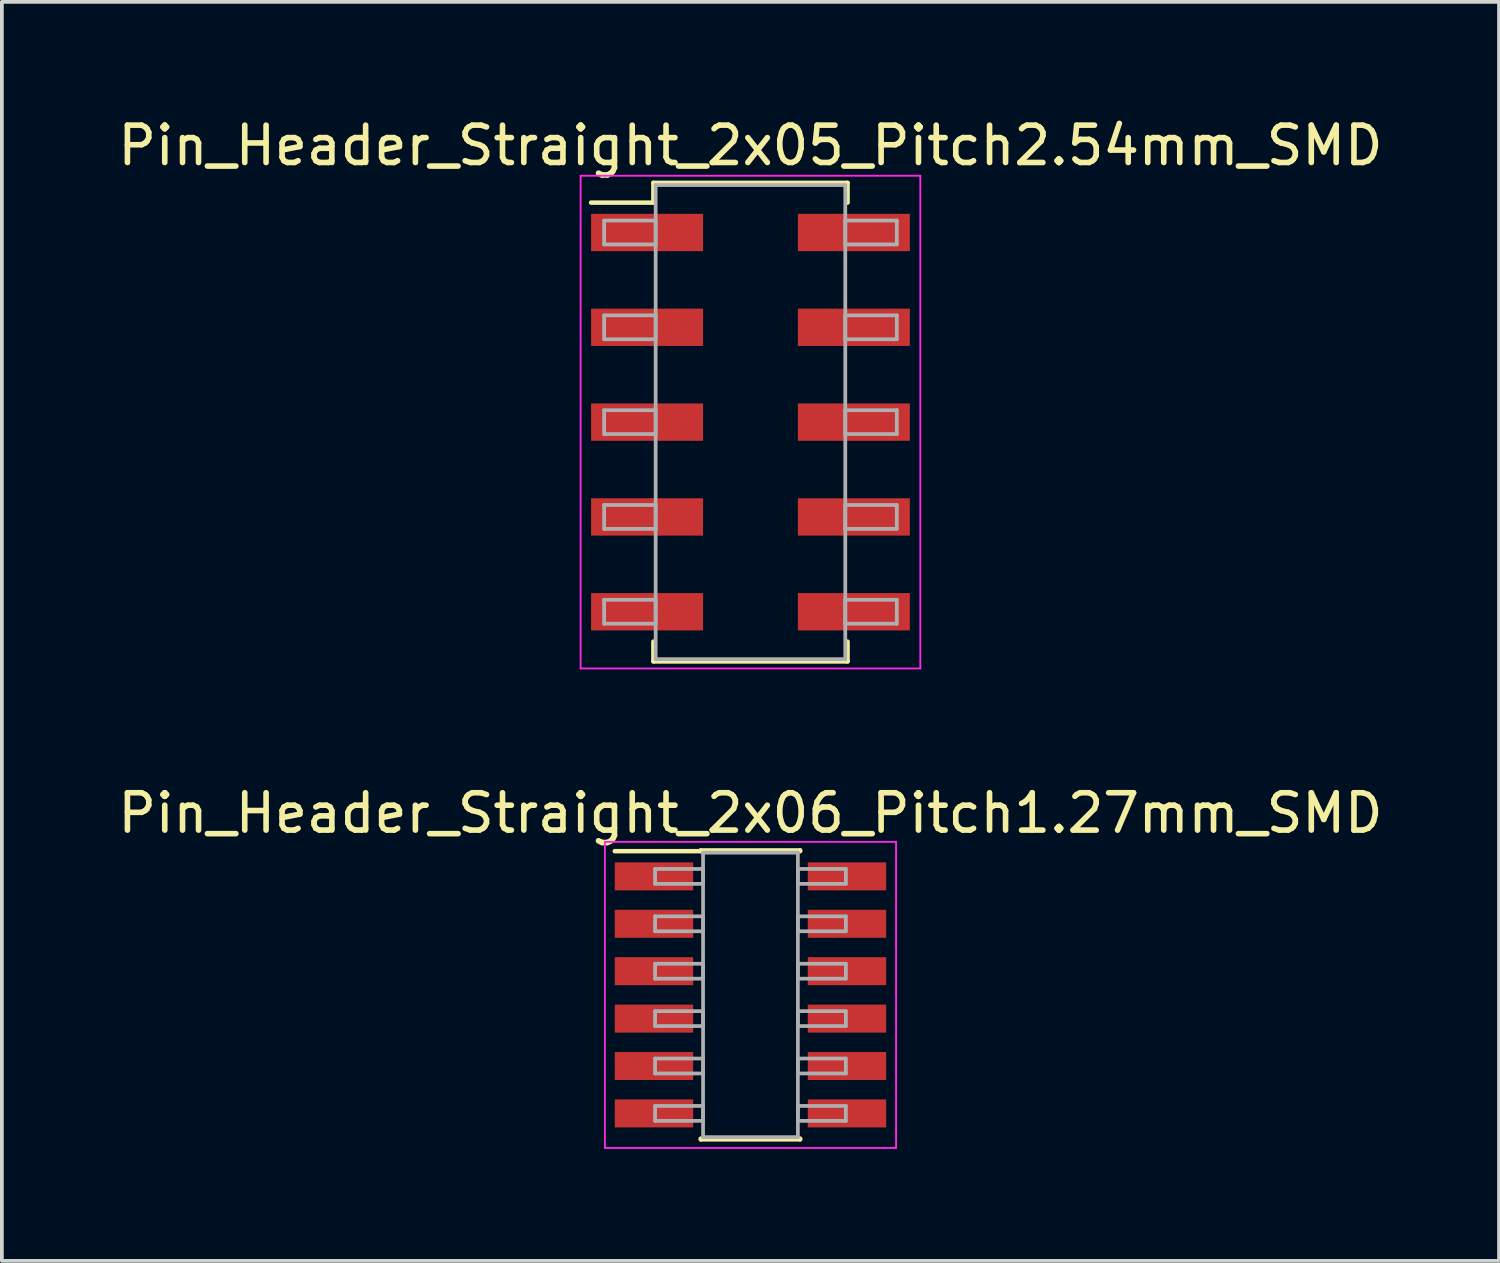
<source format=kicad_pcb>
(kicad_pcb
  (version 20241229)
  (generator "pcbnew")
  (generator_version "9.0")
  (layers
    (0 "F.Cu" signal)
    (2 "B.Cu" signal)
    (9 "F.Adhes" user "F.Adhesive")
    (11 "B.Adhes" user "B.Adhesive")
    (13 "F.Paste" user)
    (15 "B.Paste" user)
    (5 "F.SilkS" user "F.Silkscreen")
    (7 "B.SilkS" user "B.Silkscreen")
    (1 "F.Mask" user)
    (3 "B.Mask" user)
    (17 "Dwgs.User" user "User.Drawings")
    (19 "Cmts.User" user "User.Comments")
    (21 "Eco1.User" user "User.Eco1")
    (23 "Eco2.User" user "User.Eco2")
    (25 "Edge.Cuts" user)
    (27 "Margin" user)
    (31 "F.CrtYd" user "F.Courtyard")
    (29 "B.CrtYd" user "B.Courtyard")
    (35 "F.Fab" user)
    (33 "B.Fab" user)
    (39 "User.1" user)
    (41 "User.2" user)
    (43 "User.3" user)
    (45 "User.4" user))
  (footprint "Pin_Header_Straight_2x06_Pitch1.27mm_SMD"
    (layer "F.Cu")
    (at 17.054 23.602)
    (property "Reference" "Pin_Header_Straight_2x06_Pitch1.27mm_SMD" (at 0 -4.87 0) (layer "F.SilkS") (effects (font (size 1 1) (thickness 0.15))))
    (attr smd)
    (fp_line (start -3.635 -3.85) (end -1.33 -3.85) (stroke (width 0.12) (type solid)) (layer "F.SilkS"))
    (fp_line (start -1.33 -3.87) (end 1.33 -3.87) (stroke (width 0.12) (type solid)) (layer "F.SilkS"))
    (fp_line (start -1.33 -3.85) (end -1.33 -3.87) (stroke (width 0.12) (type solid)) (layer "F.SilkS"))
    (fp_line (start -1.33 3.85) (end -1.33 3.87) (stroke (width 0.12) (type solid)) (layer "F.SilkS"))
    (fp_line (start -1.33 3.87) (end 1.33 3.87) (stroke (width 0.12) (type solid)) (layer "F.SilkS"))
    (fp_line (start 1.33 -3.87) (end 1.33 -3.85) (stroke (width 0.12) (type solid)) (layer "F.SilkS"))
    (fp_line (start 1.33 3.87) (end 1.33 3.85) (stroke (width 0.12) (type solid)) (layer "F.SilkS"))
    (fp_line (start -3.9 -4.1) (end -3.9 4.1) (stroke (width 0.05) (type solid)) (layer "F.CrtYd"))
    (fp_line (start -3.9 4.1) (end 3.9 4.1) (stroke (width 0.05) (type solid)) (layer "F.CrtYd"))
    (fp_line (start 3.9 -4.1) (end -3.9 -4.1) (stroke (width 0.05) (type solid)) (layer "F.CrtYd"))
    (fp_line (start 3.9 4.1) (end 3.9 -4.1) (stroke (width 0.05) (type solid)) (layer "F.CrtYd"))
    (fp_line (start -2.555 -3.375) (end -1.27 -3.375) (stroke (width 0.1) (type solid)) (layer "F.Fab"))
    (fp_line (start -2.555 -2.975) (end -2.555 -3.375) (stroke (width 0.1) (type solid)) (layer "F.Fab"))
    (fp_line (start -2.555 -2.105) (end -1.27 -2.105) (stroke (width 0.1) (type solid)) (layer "F.Fab"))
    (fp_line (start -2.555 -1.705) (end -2.555 -2.105) (stroke (width 0.1) (type solid)) (layer "F.Fab"))
    (fp_line (start -2.555 -0.835) (end -1.27 -0.835) (stroke (width 0.1) (type solid)) (layer "F.Fab"))
    (fp_line (start -2.555 -0.435) (end -2.555 -0.835) (stroke (width 0.1) (type solid)) (layer "F.Fab"))
    (fp_line (start -2.555 0.435) (end -1.27 0.435) (stroke (width 0.1) (type solid)) (layer "F.Fab"))
    (fp_line (start -2.555 0.835) (end -2.555 0.435) (stroke (width 0.1) (type solid)) (layer "F.Fab"))
    (fp_line (start -2.555 1.705) (end -1.27 1.705) (stroke (width 0.1) (type solid)) (layer "F.Fab"))
    (fp_line (start -2.555 2.105) (end -2.555 1.705) (stroke (width 0.1) (type solid)) (layer "F.Fab"))
    (fp_line (start -2.555 2.975) (end -1.27 2.975) (stroke (width 0.1) (type solid)) (layer "F.Fab"))
    (fp_line (start -2.555 3.375) (end -2.555 2.975) (stroke (width 0.1) (type solid)) (layer "F.Fab"))
    (fp_line (start -1.27 -3.81) (end -1.27 3.81) (stroke (width 0.1) (type solid)) (layer "F.Fab"))
    (fp_line (start -1.27 -3.375) (end -1.27 -2.975) (stroke (width 0.1) (type solid)) (layer "F.Fab"))
    (fp_line (start -1.27 -2.975) (end -2.555 -2.975) (stroke (width 0.1) (type solid)) (layer "F.Fab"))
    (fp_line (start -1.27 -2.105) (end -1.27 -1.705) (stroke (width 0.1) (type solid)) (layer "F.Fab"))
    (fp_line (start -1.27 -1.705) (end -2.555 -1.705) (stroke (width 0.1) (type solid)) (layer "F.Fab"))
    (fp_line (start -1.27 -0.835) (end -1.27 -0.435) (stroke (width 0.1) (type solid)) (layer "F.Fab"))
    (fp_line (start -1.27 -0.435) (end -2.555 -0.435) (stroke (width 0.1) (type solid)) (layer "F.Fab"))
    (fp_line (start -1.27 0.435) (end -1.27 0.835) (stroke (width 0.1) (type solid)) (layer "F.Fab"))
    (fp_line (start -1.27 0.835) (end -2.555 0.835) (stroke (width 0.1) (type solid)) (layer "F.Fab"))
    (fp_line (start -1.27 1.705) (end -1.27 2.105) (stroke (width 0.1) (type solid)) (layer "F.Fab"))
    (fp_line (start -1.27 2.105) (end -2.555 2.105) (stroke (width 0.1) (type solid)) (layer "F.Fab"))
    (fp_line (start -1.27 2.975) (end -1.27 3.375) (stroke (width 0.1) (type solid)) (layer "F.Fab"))
    (fp_line (start -1.27 3.375) (end -2.555 3.375) (stroke (width 0.1) (type solid)) (layer "F.Fab"))
    (fp_line (start -1.27 3.81) (end 1.27 3.81) (stroke (width 0.1) (type solid)) (layer "F.Fab"))
    (fp_line (start 1.27 -3.81) (end -1.27 -3.81) (stroke (width 0.1) (type solid)) (layer "F.Fab"))
    (fp_line (start 1.27 -3.375) (end 1.27 -2.975) (stroke (width 0.1) (type solid)) (layer "F.Fab"))
    (fp_line (start 1.27 -2.975) (end 2.555 -2.975) (stroke (width 0.1) (type solid)) (layer "F.Fab"))
    (fp_line (start 1.27 -2.105) (end 1.27 -1.705) (stroke (width 0.1) (type solid)) (layer "F.Fab"))
    (fp_line (start 1.27 -1.705) (end 2.555 -1.705) (stroke (width 0.1) (type solid)) (layer "F.Fab"))
    (fp_line (start 1.27 -0.835) (end 1.27 -0.435) (stroke (width 0.1) (type solid)) (layer "F.Fab"))
    (fp_line (start 1.27 -0.435) (end 2.555 -0.435) (stroke (width 0.1) (type solid)) (layer "F.Fab"))
    (fp_line (start 1.27 0.435) (end 1.27 0.835) (stroke (width 0.1) (type solid)) (layer "F.Fab"))
    (fp_line (start 1.27 0.835) (end 2.555 0.835) (stroke (width 0.1) (type solid)) (layer "F.Fab"))
    (fp_line (start 1.27 1.705) (end 1.27 2.105) (stroke (width 0.1) (type solid)) (layer "F.Fab"))
    (fp_line (start 1.27 2.105) (end 2.555 2.105) (stroke (width 0.1) (type solid)) (layer "F.Fab"))
    (fp_line (start 1.27 2.975) (end 1.27 3.375) (stroke (width 0.1) (type solid)) (layer "F.Fab"))
    (fp_line (start 1.27 3.375) (end 2.555 3.375) (stroke (width 0.1) (type solid)) (layer "F.Fab"))
    (fp_line (start 1.27 3.81) (end 1.27 -3.81) (stroke (width 0.1) (type solid)) (layer "F.Fab"))
    (fp_line (start 2.555 -3.375) (end 1.27 -3.375) (stroke (width 0.1) (type solid)) (layer "F.Fab"))
    (fp_line (start 2.555 -2.975) (end 2.555 -3.375) (stroke (width 0.1) (type solid)) (layer "F.Fab"))
    (fp_line (start 2.555 -2.105) (end 1.27 -2.105) (stroke (width 0.1) (type solid)) (layer "F.Fab"))
    (fp_line (start 2.555 -1.705) (end 2.555 -2.105) (stroke (width 0.1) (type solid)) (layer "F.Fab"))
    (fp_line (start 2.555 -0.835) (end 1.27 -0.835) (stroke (width 0.1) (type solid)) (layer "F.Fab"))
    (fp_line (start 2.555 -0.435) (end 2.555 -0.835) (stroke (width 0.1) (type solid)) (layer "F.Fab"))
    (fp_line (start 2.555 0.435) (end 1.27 0.435) (stroke (width 0.1) (type solid)) (layer "F.Fab"))
    (fp_line (start 2.555 0.835) (end 2.555 0.435) (stroke (width 0.1) (type solid)) (layer "F.Fab"))
    (fp_line (start 2.555 1.705) (end 1.27 1.705) (stroke (width 0.1) (type solid)) (layer "F.Fab"))
    (fp_line (start 2.555 2.105) (end 2.555 1.705) (stroke (width 0.1) (type solid)) (layer "F.Fab"))
    (fp_line (start 2.555 2.975) (end 1.27 2.975) (stroke (width 0.1) (type solid)) (layer "F.Fab"))
    (fp_line (start 2.555 3.375) (end 2.555 2.975) (stroke (width 0.1) (type solid)) (layer "F.Fab"))
    (pad "1" smd rect (at -2.585 -3.175) (size 2.1 0.75) (layers "F.Cu" "F.Mask"))
    (pad "2" smd rect (at 2.585 -3.175) (size 2.1 0.75) (layers "F.Cu" "F.Mask"))
    (pad "3" smd rect (at -2.585 -1.905) (size 2.1 0.75) (layers "F.Cu" "F.Mask"))
    (pad "4" smd rect (at 2.585 -1.905) (size 2.1 0.75) (layers "F.Cu" "F.Mask"))
    (pad "5" smd rect (at -2.585 -0.635) (size 2.1 0.75) (layers "F.Cu" "F.Mask"))
    (pad "6" smd rect (at 2.585 -0.635) (size 2.1 0.75) (layers "F.Cu" "F.Mask"))
    (pad "7" smd rect (at -2.585 0.635) (size 2.1 0.75) (layers "F.Cu" "F.Mask"))
    (pad "8" smd rect (at 2.585 0.635) (size 2.1 0.75) (layers "F.Cu" "F.Mask"))
    (pad "9" smd rect (at -2.585 1.905) (size 2.1 0.75) (layers "F.Cu" "F.Mask"))
    (pad "10" smd rect (at 2.585 1.905) (size 2.1 0.75) (layers "F.Cu" "F.Mask"))
    (pad "11" smd rect (at -2.585 3.175) (size 2.1 0.75) (layers "F.Cu" "F.Mask"))
    (pad "12" smd rect (at 2.585 3.175) (size 2.1 0.75) (layers "F.Cu" "F.Mask")))
  (footprint "Pin_Header_Straight_2x05_Pitch2.54mm_SMD"
    (layer "F.Cu")
    (at 17.054 8.258)
    (property "Reference" "Pin_Header_Straight_2x05_Pitch2.54mm_SMD" (at 0 -7.41 0) (layer "F.SilkS") (effects (font (size 1 1) (thickness 0.15))))
    (attr smd)
    (fp_line (start -4.27 -5.88) (end -2.6 -5.88) (stroke (width 0.12) (type solid)) (layer "F.SilkS"))
    (fp_line (start -2.6 -6.41) (end 2.6 -6.41) (stroke (width 0.12) (type solid)) (layer "F.SilkS"))
    (fp_line (start -2.6 -5.88) (end -2.6 -6.41) (stroke (width 0.12) (type solid)) (layer "F.SilkS"))
    (fp_line (start -2.6 5.88) (end -2.6 6.41) (stroke (width 0.12) (type solid)) (layer "F.SilkS"))
    (fp_line (start -2.6 6.41) (end 2.6 6.41) (stroke (width 0.12) (type solid)) (layer "F.SilkS"))
    (fp_line (start 2.6 -6.41) (end 2.6 -5.88) (stroke (width 0.12) (type solid)) (layer "F.SilkS"))
    (fp_line (start 2.6 6.41) (end 2.6 5.88) (stroke (width 0.12) (type solid)) (layer "F.SilkS"))
    (fp_line (start -4.55 -6.6) (end -4.55 6.6) (stroke (width 0.05) (type solid)) (layer "F.CrtYd"))
    (fp_line (start -4.55 6.6) (end 4.55 6.6) (stroke (width 0.05) (type solid)) (layer "F.CrtYd"))
    (fp_line (start 4.55 -6.6) (end -4.55 -6.6) (stroke (width 0.05) (type solid)) (layer "F.CrtYd"))
    (fp_line (start 4.55 6.6) (end 4.55 -6.6) (stroke (width 0.05) (type solid)) (layer "F.CrtYd"))
    (fp_line (start -3.92 -5.4) (end -2.54 -5.4) (stroke (width 0.1) (type solid)) (layer "F.Fab"))
    (fp_line (start -3.92 -4.76) (end -3.92 -5.4) (stroke (width 0.1) (type solid)) (layer "F.Fab"))
    (fp_line (start -3.92 -2.86) (end -2.54 -2.86) (stroke (width 0.1) (type solid)) (layer "F.Fab"))
    (fp_line (start -3.92 -2.22) (end -3.92 -2.86) (stroke (width 0.1) (type solid)) (layer "F.Fab"))
    (fp_line (start -3.92 -0.32) (end -2.54 -0.32) (stroke (width 0.1) (type solid)) (layer "F.Fab"))
    (fp_line (start -3.92 0.32) (end -3.92 -0.32) (stroke (width 0.1) (type solid)) (layer "F.Fab"))
    (fp_line (start -3.92 2.22) (end -2.54 2.22) (stroke (width 0.1) (type solid)) (layer "F.Fab"))
    (fp_line (start -3.92 2.86) (end -3.92 2.22) (stroke (width 0.1) (type solid)) (layer "F.Fab"))
    (fp_line (start -3.92 4.76) (end -2.54 4.76) (stroke (width 0.1) (type solid)) (layer "F.Fab"))
    (fp_line (start -3.92 5.4) (end -3.92 4.76) (stroke (width 0.1) (type solid)) (layer "F.Fab"))
    (fp_line (start -2.54 -6.35) (end -2.54 6.35) (stroke (width 0.1) (type solid)) (layer "F.Fab"))
    (fp_line (start -2.54 -5.4) (end -2.54 -4.76) (stroke (width 0.1) (type solid)) (layer "F.Fab"))
    (fp_line (start -2.54 -4.76) (end -3.92 -4.76) (stroke (width 0.1) (type solid)) (layer "F.Fab"))
    (fp_line (start -2.54 -2.86) (end -2.54 -2.22) (stroke (width 0.1) (type solid)) (layer "F.Fab"))
    (fp_line (start -2.54 -2.22) (end -3.92 -2.22) (stroke (width 0.1) (type solid)) (layer "F.Fab"))
    (fp_line (start -2.54 -0.32) (end -2.54 0.32) (stroke (width 0.1) (type solid)) (layer "F.Fab"))
    (fp_line (start -2.54 0.32) (end -3.92 0.32) (stroke (width 0.1) (type solid)) (layer "F.Fab"))
    (fp_line (start -2.54 2.22) (end -2.54 2.86) (stroke (width 0.1) (type solid)) (layer "F.Fab"))
    (fp_line (start -2.54 2.86) (end -3.92 2.86) (stroke (width 0.1) (type solid)) (layer "F.Fab"))
    (fp_line (start -2.54 4.76) (end -2.54 5.4) (stroke (width 0.1) (type solid)) (layer "F.Fab"))
    (fp_line (start -2.54 5.4) (end -3.92 5.4) (stroke (width 0.1) (type solid)) (layer "F.Fab"))
    (fp_line (start -2.54 6.35) (end 2.54 6.35) (stroke (width 0.1) (type solid)) (layer "F.Fab"))
    (fp_line (start 2.54 -6.35) (end -2.54 -6.35) (stroke (width 0.1) (type solid)) (layer "F.Fab"))
    (fp_line (start 2.54 -5.4) (end 2.54 -4.76) (stroke (width 0.1) (type solid)) (layer "F.Fab"))
    (fp_line (start 2.54 -4.76) (end 3.92 -4.76) (stroke (width 0.1) (type solid)) (layer "F.Fab"))
    (fp_line (start 2.54 -2.86) (end 2.54 -2.22) (stroke (width 0.1) (type solid)) (layer "F.Fab"))
    (fp_line (start 2.54 -2.22) (end 3.92 -2.22) (stroke (width 0.1) (type solid)) (layer "F.Fab"))
    (fp_line (start 2.54 -0.32) (end 2.54 0.32) (stroke (width 0.1) (type solid)) (layer "F.Fab"))
    (fp_line (start 2.54 0.32) (end 3.92 0.32) (stroke (width 0.1) (type solid)) (layer "F.Fab"))
    (fp_line (start 2.54 2.22) (end 2.54 2.86) (stroke (width 0.1) (type solid)) (layer "F.Fab"))
    (fp_line (start 2.54 2.86) (end 3.92 2.86) (stroke (width 0.1) (type solid)) (layer "F.Fab"))
    (fp_line (start 2.54 4.76) (end 2.54 5.4) (stroke (width 0.1) (type solid)) (layer "F.Fab"))
    (fp_line (start 2.54 5.4) (end 3.92 5.4) (stroke (width 0.1) (type solid)) (layer "F.Fab"))
    (fp_line (start 2.54 6.35) (end 2.54 -6.35) (stroke (width 0.1) (type solid)) (layer "F.Fab"))
    (fp_line (start 3.92 -5.4) (end 2.54 -5.4) (stroke (width 0.1) (type solid)) (layer "F.Fab"))
    (fp_line (start 3.92 -4.76) (end 3.92 -5.4) (stroke (width 0.1) (type solid)) (layer "F.Fab"))
    (fp_line (start 3.92 -2.86) (end 2.54 -2.86) (stroke (width 0.1) (type solid)) (layer "F.Fab"))
    (fp_line (start 3.92 -2.22) (end 3.92 -2.86) (stroke (width 0.1) (type solid)) (layer "F.Fab"))
    (fp_line (start 3.92 -0.32) (end 2.54 -0.32) (stroke (width 0.1) (type solid)) (layer "F.Fab"))
    (fp_line (start 3.92 0.32) (end 3.92 -0.32) (stroke (width 0.1) (type solid)) (layer "F.Fab"))
    (fp_line (start 3.92 2.22) (end 2.54 2.22) (stroke (width 0.1) (type solid)) (layer "F.Fab"))
    (fp_line (start 3.92 2.86) (end 3.92 2.22) (stroke (width 0.1) (type solid)) (layer "F.Fab"))
    (fp_line (start 3.92 4.76) (end 2.54 4.76) (stroke (width 0.1) (type solid)) (layer "F.Fab"))
    (fp_line (start 3.92 5.4) (end 3.92 4.76) (stroke (width 0.1) (type solid)) (layer "F.Fab"))
    (pad "1" smd rect (at -2.77 -5.08) (size 3 1) (layers "F.Cu" "F.Mask"))
    (pad "2" smd rect (at 2.77 -5.08) (size 3 1) (layers "F.Cu" "F.Mask"))
    (pad "3" smd rect (at -2.77 -2.54) (size 3 1) (layers "F.Cu" "F.Mask"))
    (pad "4" smd rect (at 2.77 -2.54) (size 3 1) (layers "F.Cu" "F.Mask"))
    (pad "5" smd rect (at -2.77 0) (size 3 1) (layers "F.Cu" "F.Mask"))
    (pad "6" smd rect (at 2.77 0) (size 3 1) (layers "F.Cu" "F.Mask"))
    (pad "7" smd rect (at -2.77 2.54) (size 3 1) (layers "F.Cu" "F.Mask"))
    (pad "8" smd rect (at 2.77 2.54) (size 3 1) (layers "F.Cu" "F.Mask"))
    (pad "9" smd rect (at -2.77 5.08) (size 3 1) (layers "F.Cu" "F.Mask"))
    (pad "10" smd rect (at 2.77 5.08) (size 3 1) (layers "F.Cu" "F.Mask")))
  (gr_rect
    (start -3 -3)
    (end 37.107 30.727)
    (stroke (width 0.1) (type default))
    (fill no)
    (layer "Edge.Cuts")))
</source>
